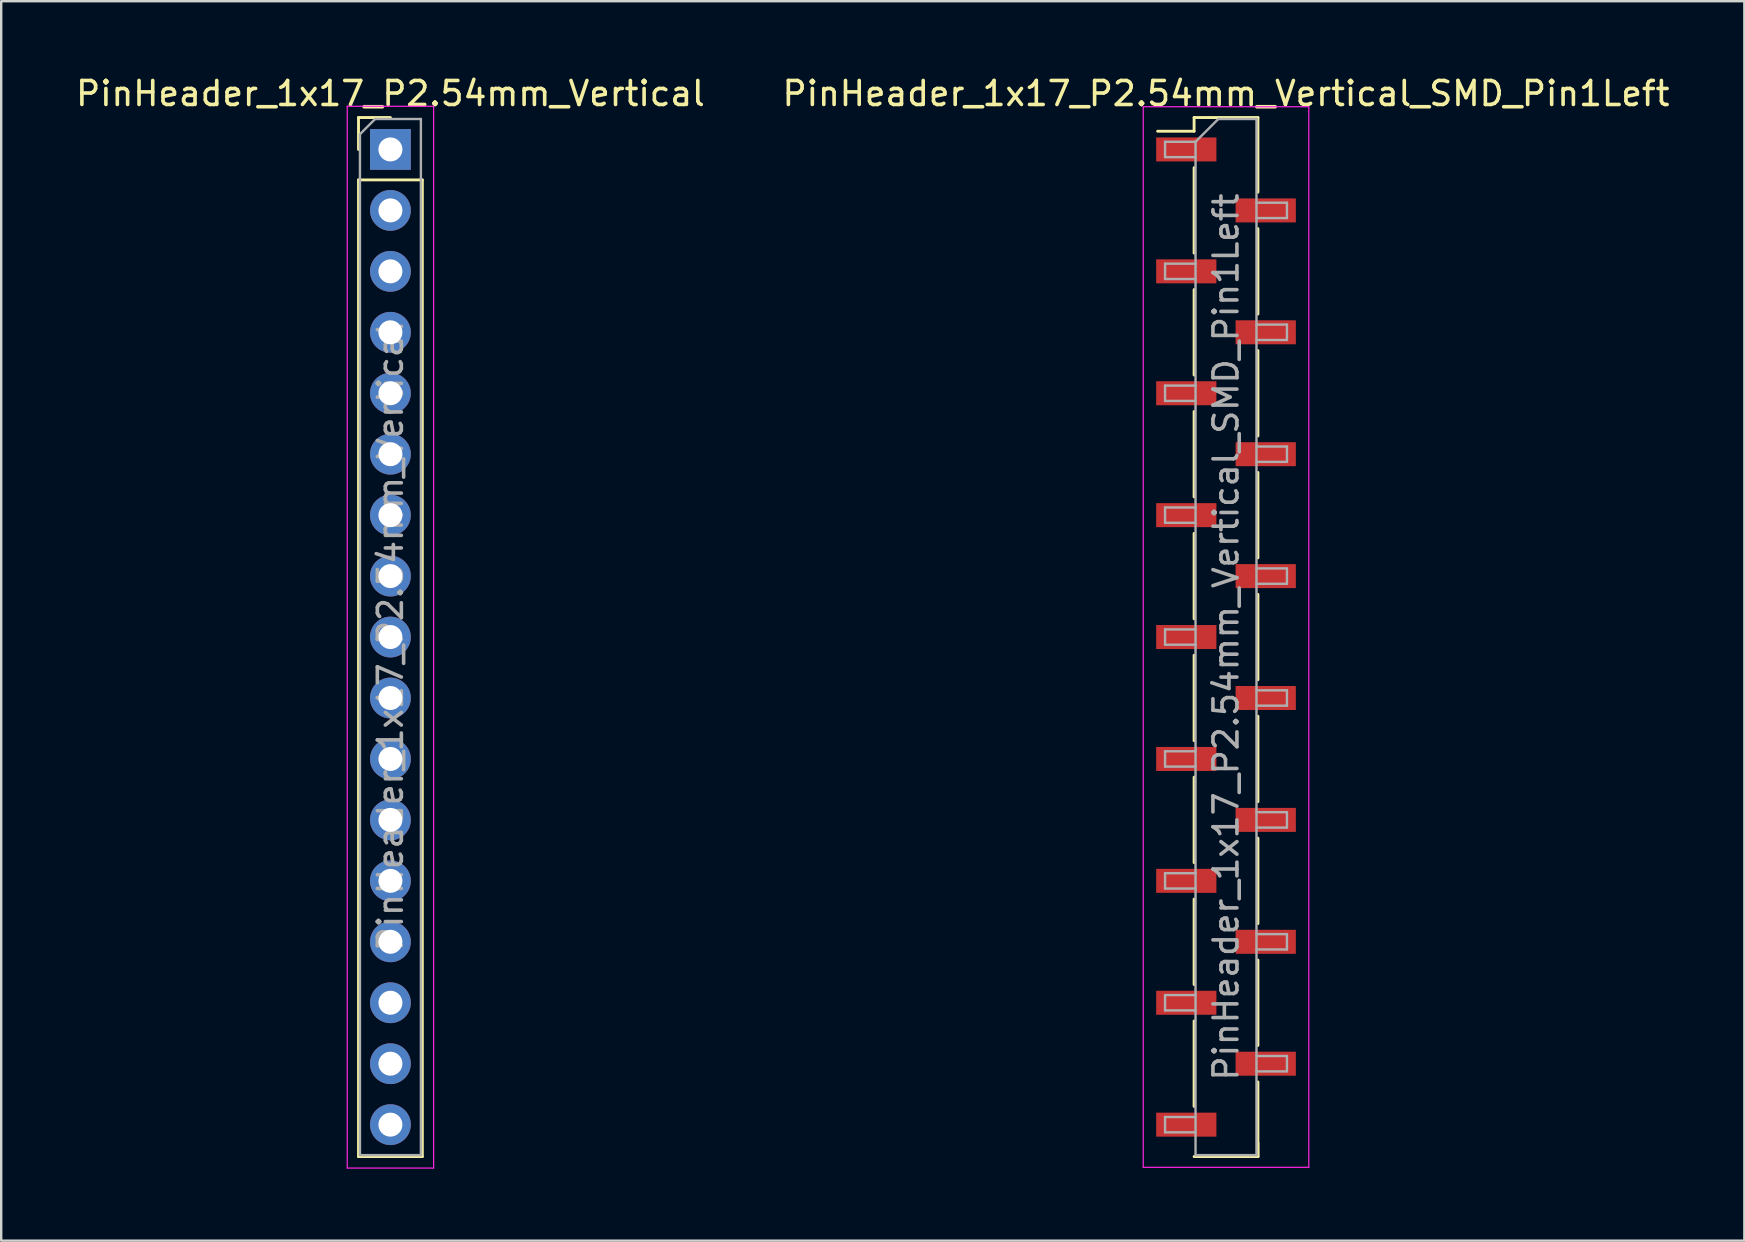
<source format=kicad_pcb>
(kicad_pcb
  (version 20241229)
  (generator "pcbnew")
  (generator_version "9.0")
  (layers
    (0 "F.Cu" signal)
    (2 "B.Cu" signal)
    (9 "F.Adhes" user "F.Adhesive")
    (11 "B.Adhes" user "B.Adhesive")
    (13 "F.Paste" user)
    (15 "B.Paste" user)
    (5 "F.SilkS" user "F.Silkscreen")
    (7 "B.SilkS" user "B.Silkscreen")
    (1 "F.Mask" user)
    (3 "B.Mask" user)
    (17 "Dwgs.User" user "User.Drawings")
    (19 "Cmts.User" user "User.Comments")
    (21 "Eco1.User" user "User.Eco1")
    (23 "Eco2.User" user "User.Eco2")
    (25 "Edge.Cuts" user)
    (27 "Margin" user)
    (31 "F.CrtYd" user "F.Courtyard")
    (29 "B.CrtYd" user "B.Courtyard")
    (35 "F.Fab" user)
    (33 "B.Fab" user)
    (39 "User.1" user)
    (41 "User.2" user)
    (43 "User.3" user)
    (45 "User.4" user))
  (footprint "PinHeader_1x17_P2.54mm_Vertical_SMD_Pin1Left"
    (layer "F.Cu")
    (at 48.042 23.498)
    (property "Reference" "PinHeader_1x17_P2.54mm_Vertical_SMD_Pin1Left" (at 0 -22.65 0) (layer "F.SilkS") (effects (font (size 1 1) (thickness 0.15))))
    (attr smd)
    (fp_line (start -1.33 -21.65) (end -1.33 -21.08) (stroke (width 0.12) (type solid)) (layer "F.SilkS"))
    (fp_line (start -1.33 -21.65) (end 1.33 -21.65) (stroke (width 0.12) (type solid)) (layer "F.SilkS"))
    (fp_line (start -1.33 -21.08) (end -2.85 -21.08) (stroke (width 0.12) (type solid)) (layer "F.SilkS"))
    (fp_line (start -1.33 -19.56) (end -1.33 -16) (stroke (width 0.12) (type solid)) (layer "F.SilkS"))
    (fp_line (start -1.33 -14.48) (end -1.33 -10.92) (stroke (width 0.12) (type solid)) (layer "F.SilkS"))
    (fp_line (start -1.33 -9.4) (end -1.33 -5.84) (stroke (width 0.12) (type solid)) (layer "F.SilkS"))
    (fp_line (start -1.33 -4.32) (end -1.33 -0.76) (stroke (width 0.12) (type solid)) (layer "F.SilkS"))
    (fp_line (start -1.33 0.76) (end -1.33 4.32) (stroke (width 0.12) (type solid)) (layer "F.SilkS"))
    (fp_line (start -1.33 5.84) (end -1.33 9.4) (stroke (width 0.12) (type solid)) (layer "F.SilkS"))
    (fp_line (start -1.33 10.92) (end -1.33 14.48) (stroke (width 0.12) (type solid)) (layer "F.SilkS"))
    (fp_line (start -1.33 16) (end -1.33 19.56) (stroke (width 0.12) (type solid)) (layer "F.SilkS"))
    (fp_line (start -1.33 21.65) (end 1.33 21.65) (stroke (width 0.12) (type solid)) (layer "F.SilkS"))
    (fp_line (start 1.33 -21.65) (end 1.33 -18.54) (stroke (width 0.12) (type solid)) (layer "F.SilkS"))
    (fp_line (start 1.33 -17.02) (end 1.33 -13.46) (stroke (width 0.12) (type solid)) (layer "F.SilkS"))
    (fp_line (start 1.33 -11.94) (end 1.33 -8.38) (stroke (width 0.12) (type solid)) (layer "F.SilkS"))
    (fp_line (start 1.33 -6.86) (end 1.33 -3.3) (stroke (width 0.12) (type solid)) (layer "F.SilkS"))
    (fp_line (start 1.33 -1.78) (end 1.33 1.78) (stroke (width 0.12) (type solid)) (layer "F.SilkS"))
    (fp_line (start 1.33 3.3) (end 1.33 6.86) (stroke (width 0.12) (type solid)) (layer "F.SilkS"))
    (fp_line (start 1.33 8.38) (end 1.33 11.94) (stroke (width 0.12) (type solid)) (layer "F.SilkS"))
    (fp_line (start 1.33 13.46) (end 1.33 17.02) (stroke (width 0.12) (type solid)) (layer "F.SilkS"))
    (fp_line (start 1.33 18.54) (end 1.33 21.65) (stroke (width 0.12) (type solid)) (layer "F.SilkS"))
    (fp_line (start 1.33 21.08) (end 1.33 21.65) (stroke (width 0.12) (type solid)) (layer "F.SilkS"))
    (fp_line (start -3.45 -22.1) (end -3.45 22.1) (stroke (width 0.05) (type solid)) (layer "F.CrtYd"))
    (fp_line (start -3.45 22.1) (end 3.45 22.1) (stroke (width 0.05) (type solid)) (layer "F.CrtYd"))
    (fp_line (start 3.45 -22.1) (end -3.45 -22.1) (stroke (width 0.05) (type solid)) (layer "F.CrtYd"))
    (fp_line (start 3.45 22.1) (end 3.45 -22.1) (stroke (width 0.05) (type solid)) (layer "F.CrtYd"))
    (fp_line (start -2.54 -20.64) (end -2.54 -20) (stroke (width 0.1) (type solid)) (layer "F.Fab"))
    (fp_line (start -2.54 -20) (end -1.27 -20) (stroke (width 0.1) (type solid)) (layer "F.Fab"))
    (fp_line (start -2.54 -15.56) (end -2.54 -14.92) (stroke (width 0.1) (type solid)) (layer "F.Fab"))
    (fp_line (start -2.54 -14.92) (end -1.27 -14.92) (stroke (width 0.1) (type solid)) (layer "F.Fab"))
    (fp_line (start -2.54 -10.48) (end -2.54 -9.84) (stroke (width 0.1) (type solid)) (layer "F.Fab"))
    (fp_line (start -2.54 -9.84) (end -1.27 -9.84) (stroke (width 0.1) (type solid)) (layer "F.Fab"))
    (fp_line (start -2.54 -5.4) (end -2.54 -4.76) (stroke (width 0.1) (type solid)) (layer "F.Fab"))
    (fp_line (start -2.54 -4.76) (end -1.27 -4.76) (stroke (width 0.1) (type solid)) (layer "F.Fab"))
    (fp_line (start -2.54 -0.32) (end -2.54 0.32) (stroke (width 0.1) (type solid)) (layer "F.Fab"))
    (fp_line (start -2.54 0.32) (end -1.27 0.32) (stroke (width 0.1) (type solid)) (layer "F.Fab"))
    (fp_line (start -2.54 4.76) (end -2.54 5.4) (stroke (width 0.1) (type solid)) (layer "F.Fab"))
    (fp_line (start -2.54 5.4) (end -1.27 5.4) (stroke (width 0.1) (type solid)) (layer "F.Fab"))
    (fp_line (start -2.54 9.84) (end -2.54 10.48) (stroke (width 0.1) (type solid)) (layer "F.Fab"))
    (fp_line (start -2.54 10.48) (end -1.27 10.48) (stroke (width 0.1) (type solid)) (layer "F.Fab"))
    (fp_line (start -2.54 14.92) (end -2.54 15.56) (stroke (width 0.1) (type solid)) (layer "F.Fab"))
    (fp_line (start -2.54 15.56) (end -1.27 15.56) (stroke (width 0.1) (type solid)) (layer "F.Fab"))
    (fp_line (start -2.54 20) (end -2.54 20.64) (stroke (width 0.1) (type solid)) (layer "F.Fab"))
    (fp_line (start -2.54 20.64) (end -1.27 20.64) (stroke (width 0.1) (type solid)) (layer "F.Fab"))
    (fp_line (start -1.27 -20.64) (end -2.54 -20.64) (stroke (width 0.1) (type solid)) (layer "F.Fab"))
    (fp_line (start -1.27 -20.64) (end -0.32 -21.59) (stroke (width 0.1) (type solid)) (layer "F.Fab"))
    (fp_line (start -1.27 -15.56) (end -2.54 -15.56) (stroke (width 0.1) (type solid)) (layer "F.Fab"))
    (fp_line (start -1.27 -10.48) (end -2.54 -10.48) (stroke (width 0.1) (type solid)) (layer "F.Fab"))
    (fp_line (start -1.27 -5.4) (end -2.54 -5.4) (stroke (width 0.1) (type solid)) (layer "F.Fab"))
    (fp_line (start -1.27 -0.32) (end -2.54 -0.32) (stroke (width 0.1) (type solid)) (layer "F.Fab"))
    (fp_line (start -1.27 4.76) (end -2.54 4.76) (stroke (width 0.1) (type solid)) (layer "F.Fab"))
    (fp_line (start -1.27 9.84) (end -2.54 9.84) (stroke (width 0.1) (type solid)) (layer "F.Fab"))
    (fp_line (start -1.27 14.92) (end -2.54 14.92) (stroke (width 0.1) (type solid)) (layer "F.Fab"))
    (fp_line (start -1.27 20) (end -2.54 20) (stroke (width 0.1) (type solid)) (layer "F.Fab"))
    (fp_line (start -1.27 21.59) (end -1.27 -20.64) (stroke (width 0.1) (type solid)) (layer "F.Fab"))
    (fp_line (start -0.32 -21.59) (end 1.27 -21.59) (stroke (width 0.1) (type solid)) (layer "F.Fab"))
    (fp_line (start 1.27 -21.59) (end 1.27 21.59) (stroke (width 0.1) (type solid)) (layer "F.Fab"))
    (fp_line (start 1.27 -18.1) (end 2.54 -18.1) (stroke (width 0.1) (type solid)) (layer "F.Fab"))
    (fp_line (start 1.27 -13.02) (end 2.54 -13.02) (stroke (width 0.1) (type solid)) (layer "F.Fab"))
    (fp_line (start 1.27 -7.94) (end 2.54 -7.94) (stroke (width 0.1) (type solid)) (layer "F.Fab"))
    (fp_line (start 1.27 -2.86) (end 2.54 -2.86) (stroke (width 0.1) (type solid)) (layer "F.Fab"))
    (fp_line (start 1.27 2.22) (end 2.54 2.22) (stroke (width 0.1) (type solid)) (layer "F.Fab"))
    (fp_line (start 1.27 7.3) (end 2.54 7.3) (stroke (width 0.1) (type solid)) (layer "F.Fab"))
    (fp_line (start 1.27 12.38) (end 2.54 12.38) (stroke (width 0.1) (type solid)) (layer "F.Fab"))
    (fp_line (start 1.27 17.46) (end 2.54 17.46) (stroke (width 0.1) (type solid)) (layer "F.Fab"))
    (fp_line (start 1.27 21.59) (end -1.27 21.59) (stroke (width 0.1) (type solid)) (layer "F.Fab"))
    (fp_line (start 2.54 -18.1) (end 2.54 -17.46) (stroke (width 0.1) (type solid)) (layer "F.Fab"))
    (fp_line (start 2.54 -17.46) (end 1.27 -17.46) (stroke (width 0.1) (type solid)) (layer "F.Fab"))
    (fp_line (start 2.54 -13.02) (end 2.54 -12.38) (stroke (width 0.1) (type solid)) (layer "F.Fab"))
    (fp_line (start 2.54 -12.38) (end 1.27 -12.38) (stroke (width 0.1) (type solid)) (layer "F.Fab"))
    (fp_line (start 2.54 -7.94) (end 2.54 -7.3) (stroke (width 0.1) (type solid)) (layer "F.Fab"))
    (fp_line (start 2.54 -7.3) (end 1.27 -7.3) (stroke (width 0.1) (type solid)) (layer "F.Fab"))
    (fp_line (start 2.54 -2.86) (end 2.54 -2.22) (stroke (width 0.1) (type solid)) (layer "F.Fab"))
    (fp_line (start 2.54 -2.22) (end 1.27 -2.22) (stroke (width 0.1) (type solid)) (layer "F.Fab"))
    (fp_line (start 2.54 2.22) (end 2.54 2.86) (stroke (width 0.1) (type solid)) (layer "F.Fab"))
    (fp_line (start 2.54 2.86) (end 1.27 2.86) (stroke (width 0.1) (type solid)) (layer "F.Fab"))
    (fp_line (start 2.54 7.3) (end 2.54 7.94) (stroke (width 0.1) (type solid)) (layer "F.Fab"))
    (fp_line (start 2.54 7.94) (end 1.27 7.94) (stroke (width 0.1) (type solid)) (layer "F.Fab"))
    (fp_line (start 2.54 12.38) (end 2.54 13.02) (stroke (width 0.1) (type solid)) (layer "F.Fab"))
    (fp_line (start 2.54 13.02) (end 1.27 13.02) (stroke (width 0.1) (type solid)) (layer "F.Fab"))
    (fp_line (start 2.54 17.46) (end 2.54 18.1) (stroke (width 0.1) (type solid)) (layer "F.Fab"))
    (fp_line (start 2.54 18.1) (end 1.27 18.1) (stroke (width 0.1) (type solid)) (layer "F.Fab"))
    (fp_text user "${REFERENCE}" (at 0 0 90) (layer "F.Fab") (effects (font (size 1 1) (thickness 0.15))))
    (pad "1" smd rect (at -1.655 -20.32) (size 2.51 1) (layers "F.Cu" "F.Mask" "F.Paste"))
    (pad "2" smd rect (at 1.655 -17.78) (size 2.51 1) (layers "F.Cu" "F.Mask" "F.Paste"))
    (pad "3" smd rect (at -1.655 -15.24) (size 2.51 1) (layers "F.Cu" "F.Mask" "F.Paste"))
    (pad "4" smd rect (at 1.655 -12.7) (size 2.51 1) (layers "F.Cu" "F.Mask" "F.Paste"))
    (pad "5" smd rect (at -1.655 -10.16) (size 2.51 1) (layers "F.Cu" "F.Mask" "F.Paste"))
    (pad "6" smd rect (at 1.655 -7.62) (size 2.51 1) (layers "F.Cu" "F.Mask" "F.Paste"))
    (pad "7" smd rect (at -1.655 -5.08) (size 2.51 1) (layers "F.Cu" "F.Mask" "F.Paste"))
    (pad "8" smd rect (at 1.655 -2.54) (size 2.51 1) (layers "F.Cu" "F.Mask" "F.Paste"))
    (pad "9" smd rect (at -1.655 0) (size 2.51 1) (layers "F.Cu" "F.Mask" "F.Paste"))
    (pad "10" smd rect (at 1.655 2.54) (size 2.51 1) (layers "F.Cu" "F.Mask" "F.Paste"))
    (pad "11" smd rect (at -1.655 5.08) (size 2.51 1) (layers "F.Cu" "F.Mask" "F.Paste"))
    (pad "12" smd rect (at 1.655 7.62) (size 2.51 1) (layers "F.Cu" "F.Mask" "F.Paste"))
    (pad "13" smd rect (at -1.655 10.16) (size 2.51 1) (layers "F.Cu" "F.Mask" "F.Paste"))
    (pad "14" smd rect (at 1.655 12.7) (size 2.51 1) (layers "F.Cu" "F.Mask" "F.Paste"))
    (pad "15" smd rect (at -1.655 15.24) (size 2.51 1) (layers "F.Cu" "F.Mask" "F.Paste"))
    (pad "16" smd rect (at 1.655 17.78) (size 2.51 1) (layers "F.Cu" "F.Mask" "F.Paste"))
    (pad "17" smd rect (at -1.655 20.32) (size 2.51 1) (layers "F.Cu" "F.Mask" "F.Paste")))
  (footprint "PinHeader_1x17_P2.54mm_Vertical"
    (layer "F.Cu")
    (at 13.22 3.178)
    (property "Reference" "PinHeader_1x17_P2.54mm_Vertical" (at 0 -2.33 0) (layer "F.SilkS") (effects (font (size 1 1) (thickness 0.15))))
    (attr through_hole)
    (fp_line (start -1.33 -1.33) (end 0 -1.33) (stroke (width 0.12) (type solid)) (layer "F.SilkS"))
    (fp_line (start -1.33 0) (end -1.33 -1.33) (stroke (width 0.12) (type solid)) (layer "F.SilkS"))
    (fp_line (start -1.33 1.27) (end -1.33 41.97) (stroke (width 0.12) (type solid)) (layer "F.SilkS"))
    (fp_line (start -1.33 1.27) (end 1.33 1.27) (stroke (width 0.12) (type solid)) (layer "F.SilkS"))
    (fp_line (start -1.33 41.97) (end 1.33 41.97) (stroke (width 0.12) (type solid)) (layer "F.SilkS"))
    (fp_line (start 1.33 1.27) (end 1.33 41.97) (stroke (width 0.12) (type solid)) (layer "F.SilkS"))
    (fp_line (start -1.8 -1.8) (end -1.8 42.45) (stroke (width 0.05) (type solid)) (layer "F.CrtYd"))
    (fp_line (start -1.8 42.45) (end 1.8 42.45) (stroke (width 0.05) (type solid)) (layer "F.CrtYd"))
    (fp_line (start 1.8 -1.8) (end -1.8 -1.8) (stroke (width 0.05) (type solid)) (layer "F.CrtYd"))
    (fp_line (start 1.8 42.45) (end 1.8 -1.8) (stroke (width 0.05) (type solid)) (layer "F.CrtYd"))
    (fp_line (start -1.27 -0.635) (end -0.635 -1.27) (stroke (width 0.1) (type solid)) (layer "F.Fab"))
    (fp_line (start -1.27 41.91) (end -1.27 -0.635) (stroke (width 0.1) (type solid)) (layer "F.Fab"))
    (fp_line (start -0.635 -1.27) (end 1.27 -1.27) (stroke (width 0.1) (type solid)) (layer "F.Fab"))
    (fp_line (start 1.27 -1.27) (end 1.27 41.91) (stroke (width 0.1) (type solid)) (layer "F.Fab"))
    (fp_line (start 1.27 41.91) (end -1.27 41.91) (stroke (width 0.1) (type solid)) (layer "F.Fab"))
    (fp_text user "${REFERENCE}" (at 0 20.32 90) (layer "F.Fab") (effects (font (size 1 1) (thickness 0.15))))
    (pad "1" thru_hole rect (at 0 0) (size 1.7 1.7) (drill 1) (layers "*.Cu" "*.Mask"))
    (pad "2" thru_hole oval (at 0 2.54) (size 1.7 1.7) (drill 1) (layers "*.Cu" "*.Mask"))
    (pad "3" thru_hole oval (at 0 5.08) (size 1.7 1.7) (drill 1) (layers "*.Cu" "*.Mask"))
    (pad "4" thru_hole oval (at 0 7.62) (size 1.7 1.7) (drill 1) (layers "*.Cu" "*.Mask"))
    (pad "5" thru_hole oval (at 0 10.16) (size 1.7 1.7) (drill 1) (layers "*.Cu" "*.Mask"))
    (pad "6" thru_hole oval (at 0 12.7) (size 1.7 1.7) (drill 1) (layers "*.Cu" "*.Mask"))
    (pad "7" thru_hole oval (at 0 15.24) (size 1.7 1.7) (drill 1) (layers "*.Cu" "*.Mask"))
    (pad "8" thru_hole oval (at 0 17.78) (size 1.7 1.7) (drill 1) (layers "*.Cu" "*.Mask"))
    (pad "9" thru_hole oval (at 0 20.32) (size 1.7 1.7) (drill 1) (layers "*.Cu" "*.Mask"))
    (pad "10" thru_hole oval (at 0 22.86) (size 1.7 1.7) (drill 1) (layers "*.Cu" "*.Mask"))
    (pad "11" thru_hole oval (at 0 25.4) (size 1.7 1.7) (drill 1) (layers "*.Cu" "*.Mask"))
    (pad "12" thru_hole oval (at 0 27.94) (size 1.7 1.7) (drill 1) (layers "*.Cu" "*.Mask"))
    (pad "13" thru_hole oval (at 0 30.48) (size 1.7 1.7) (drill 1) (layers "*.Cu" "*.Mask"))
    (pad "14" thru_hole oval (at 0 33.02) (size 1.7 1.7) (drill 1) (layers "*.Cu" "*.Mask"))
    (pad "15" thru_hole oval (at 0 35.56) (size 1.7 1.7) (drill 1) (layers "*.Cu" "*.Mask"))
    (pad "16" thru_hole oval (at 0 38.1) (size 1.7 1.7) (drill 1) (layers "*.Cu" "*.Mask"))
    (pad "17" thru_hole oval (at 0 40.64) (size 1.7 1.7) (drill 1) (layers "*.Cu" "*.Mask")))
  (gr_rect
    (start -3 -3)
    (end 69.643 48.653)
    (stroke (width 0.1) (type default))
    (fill no)
    (layer "Edge.Cuts")))
</source>
